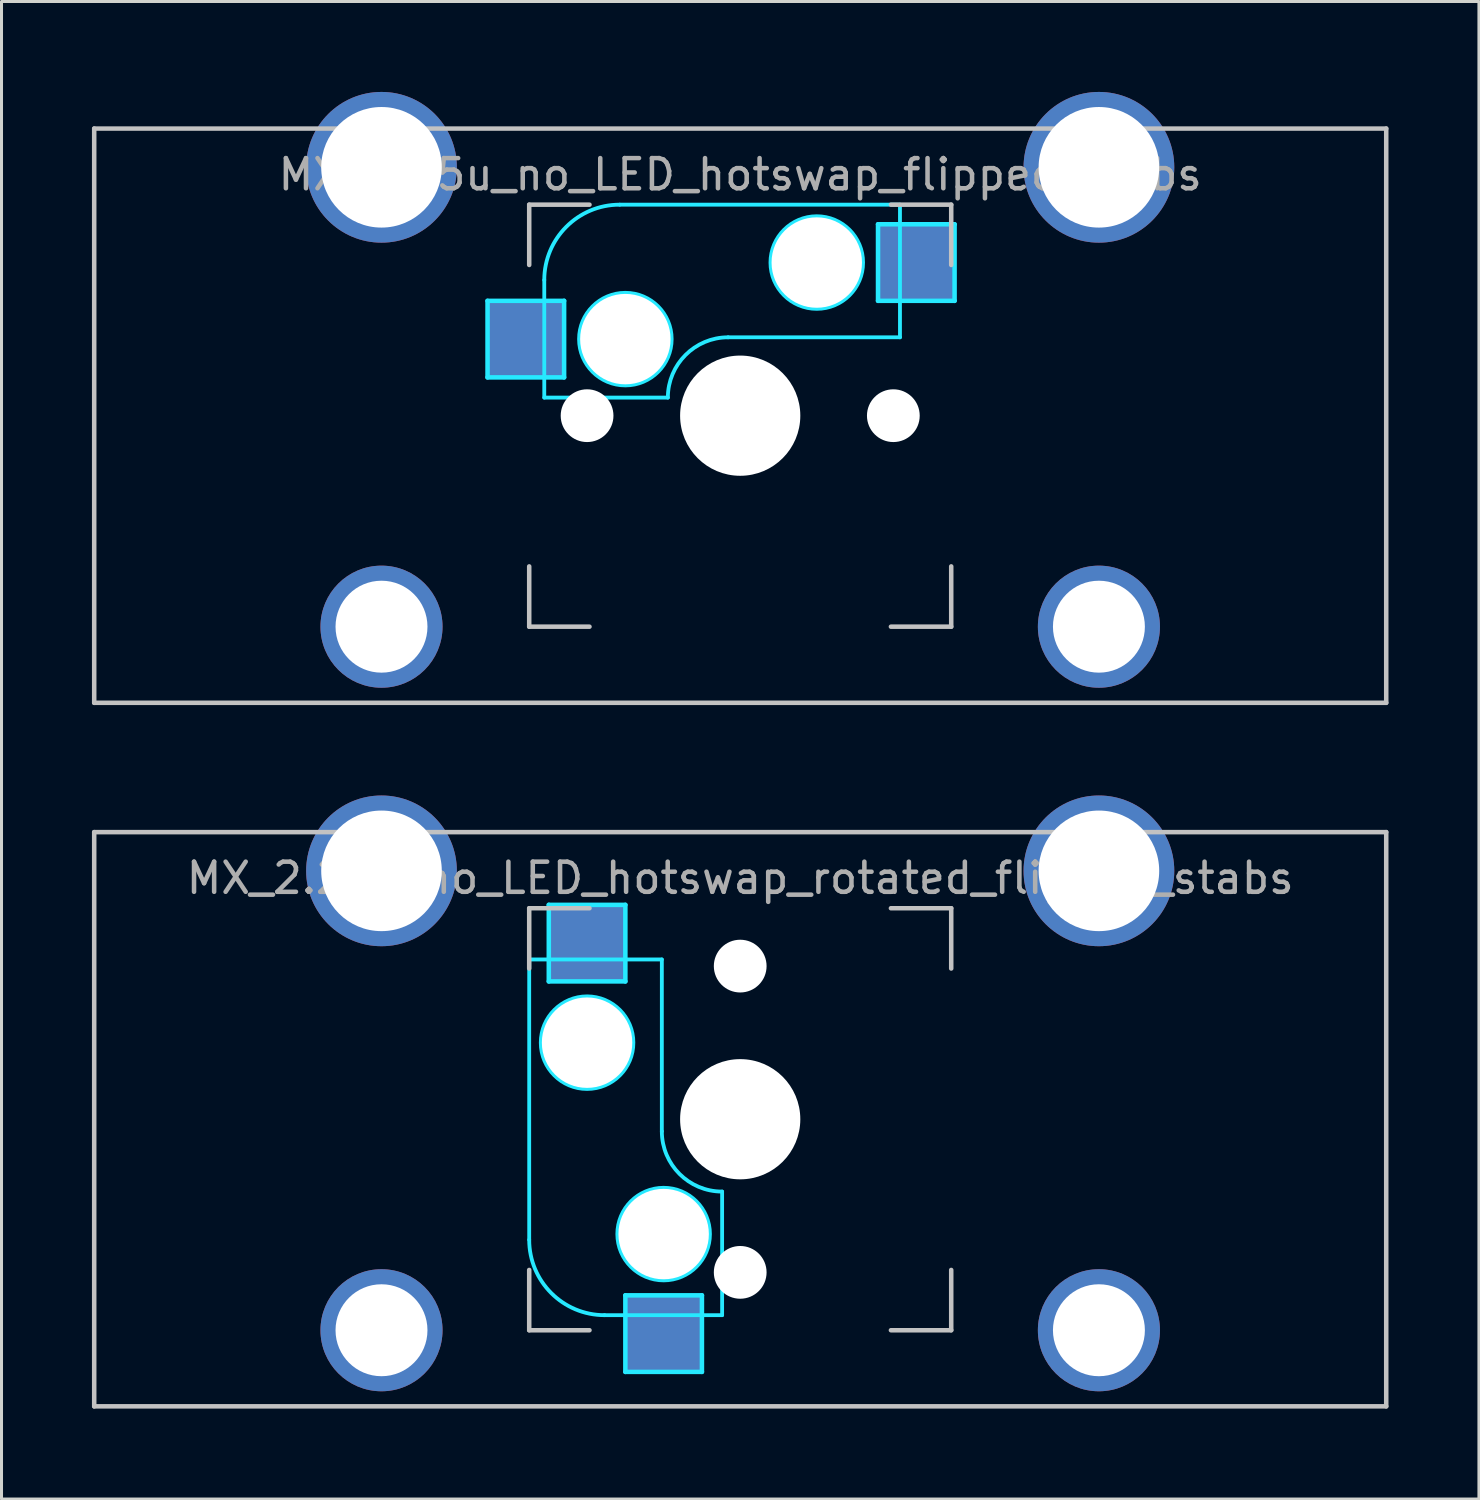
<source format=kicad_pcb>
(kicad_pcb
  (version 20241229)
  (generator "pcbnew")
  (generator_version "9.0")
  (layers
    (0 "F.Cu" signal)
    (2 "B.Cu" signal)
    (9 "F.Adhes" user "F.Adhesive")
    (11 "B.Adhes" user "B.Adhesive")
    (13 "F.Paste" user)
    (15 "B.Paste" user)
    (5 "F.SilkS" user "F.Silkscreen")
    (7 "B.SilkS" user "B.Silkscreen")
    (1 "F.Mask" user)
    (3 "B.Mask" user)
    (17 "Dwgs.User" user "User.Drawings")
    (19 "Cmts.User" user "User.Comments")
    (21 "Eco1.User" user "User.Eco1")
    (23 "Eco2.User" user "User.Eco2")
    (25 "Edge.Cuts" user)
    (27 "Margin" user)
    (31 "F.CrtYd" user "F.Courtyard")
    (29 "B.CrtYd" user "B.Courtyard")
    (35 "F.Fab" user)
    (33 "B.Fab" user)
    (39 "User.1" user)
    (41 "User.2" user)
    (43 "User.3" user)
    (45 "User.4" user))
  (footprint "MX_2.25u_no_LED_hotswap_rotated_flipped_stabs"
    (layer "F.Cu")
    (at 21.506 34.08)
    (property "Reference" "MX_2.25u_no_LED_hotswap_rotated_flipped_stabs" (at 0 -8 0) (layer "F.Fab") (effects (font (size 1 1) (thickness 0.15))))
    (attr through_hole)
    (fp_line (start -21.431 -9.525) (end 21.431 -9.525) (stroke (width 0.15) (type solid)) (layer "Dwgs.User"))
    (fp_line (start -21.431 9.525) (end -21.431 -9.525) (stroke (width 0.15) (type solid)) (layer "Dwgs.User"))
    (fp_line (start -7 -7) (end -5 -7) (stroke (width 0.15) (type solid)) (layer "Dwgs.User"))
    (fp_line (start -7 -5) (end -7 -7) (stroke (width 0.15) (type solid)) (layer "Dwgs.User"))
    (fp_line (start -7 5) (end -7 7) (stroke (width 0.15) (type solid)) (layer "Dwgs.User"))
    (fp_line (start -7 7) (end -5 7) (stroke (width 0.15) (type solid)) (layer "Dwgs.User"))
    (fp_line (start 5 7) (end 7 7) (stroke (width 0.15) (type solid)) (layer "Dwgs.User"))
    (fp_line (start 7 -7) (end 5 -7) (stroke (width 0.15) (type solid)) (layer "Dwgs.User"))
    (fp_line (start 7 -5) (end 7 -7) (stroke (width 0.15) (type solid)) (layer "Dwgs.User"))
    (fp_line (start 7 7) (end 7 5) (stroke (width 0.15) (type solid)) (layer "Dwgs.User"))
    (fp_line (start 21.431 -9.525) (end 21.431 9.525) (stroke (width 0.15) (type solid)) (layer "Dwgs.User"))
    (fp_line (start 21.431 9.525) (end -21.431 9.525) (stroke (width 0.15) (type solid)) (layer "Dwgs.User"))
    (fp_line (start -7 -5.3) (end -7 4) (stroke (width 0.127) (type solid)) (layer "B.CrtYd"))
    (fp_line (start -7 -5.3) (end -2.6 -5.3) (stroke (width 0.127) (type solid)) (layer "B.CrtYd"))
    (fp_line (start -6.35 -7.112) (end -3.81 -7.112) (stroke (width 0.15) (type solid)) (layer "B.CrtYd"))
    (fp_line (start -6.35 -4.572) (end -6.35 -7.112) (stroke (width 0.15) (type solid)) (layer "B.CrtYd"))
    (fp_line (start -4.5 6.5) (end -0.6 6.5) (stroke (width 0.127) (type solid)) (layer "B.CrtYd"))
    (fp_line (start -3.81 -7.112) (end -3.81 -4.572) (stroke (width 0.15) (type solid)) (layer "B.CrtYd"))
    (fp_line (start -3.81 -4.572) (end -6.35 -4.572) (stroke (width 0.15) (type solid)) (layer "B.CrtYd"))
    (fp_line (start -3.81 5.842) (end -3.81 8.382) (stroke (width 0.15) (type solid)) (layer "B.CrtYd"))
    (fp_line (start -3.81 8.382) (end -1.27 8.382) (stroke (width 0.15) (type solid)) (layer "B.CrtYd"))
    (fp_line (start -2.6 0.4) (end -2.6 -5.3) (stroke (width 0.127) (type solid)) (layer "B.CrtYd"))
    (fp_line (start -1.27 5.842) (end -3.81 5.842) (stroke (width 0.15) (type solid)) (layer "B.CrtYd"))
    (fp_line (start -1.27 8.382) (end -1.27 5.842) (stroke (width 0.15) (type solid)) (layer "B.CrtYd"))
    (fp_line (start -0.6 6.5) (end -0.6 2.4) (stroke (width 0.127) (type solid)) (layer "B.CrtYd"))
    (fp_arc (start -4.5 6.5) (mid -6.267767 5.767767) (end -7 4) (stroke (width 0.127) (type solid)) (layer "B.CrtYd"))
    (fp_arc (start -0.6 2.4) (mid -2.014214 1.814214) (end -2.6 0.4) (stroke (width 0.127) (type solid)) (layer "B.CrtYd"))
    (fp_circle (center -5.08 -2.54) (end -6.604 -2.54) (stroke (width 0.15) (type solid)) (fill no) (layer "B.CrtYd"))
    (fp_circle (center -2.54 3.81) (end -4.064 3.81) (stroke (width 0.15) (type solid)) (fill no) (layer "B.CrtYd"))
    (pad "" np_thru_hole circle (at -11.9 -8.24 180) (size 5 5) (drill 4) (layers "*.Cu" "B.Mask"))
    (pad "" np_thru_hole circle (at -11.9 7 180) (size 4.05 4.05) (drill 3.05) (layers "*.Cu" "B.Mask"))
    (pad "" np_thru_hole circle (at -5.08 -2.54 90) (size 3 3) (drill 3) (layers "*.Cu" "*.Mask"))
    (pad "" np_thru_hole circle (at -2.54 3.81 90) (size 3 3) (drill 3) (layers "*.Cu" "*.Mask"))
    (pad "" np_thru_hole circle (at 0 -5.08 138.1) (size 1.75 1.75) (drill 1.75) (layers "*.Cu" "*.Mask"))
    (pad "" np_thru_hole circle (at 0 0 180) (size 3.988 3.988) (drill 3.988) (layers "*.Cu" "*.Mask"))
    (pad "" np_thru_hole circle (at 0 5.08 138.1) (size 1.75 1.75) (drill 1.75) (layers "*.Cu" "*.Mask"))
    (pad "" np_thru_hole circle (at 11.9 -8.24 180) (size 5 5) (drill 4) (layers "*.Cu" "B.Mask"))
    (pad "" np_thru_hole circle (at 11.9 7 180) (size 4.05 4.05) (drill 3.05) (layers "*.Cu" "B.Mask"))
    (pad "1" smd rect (at -2.54 7.085 90) (size 2.55 2.5) (layers "B.Cu" "B.Mask"))
    (pad "2" smd rect (at -5.08 -5.842 90) (size 2.55 2.5) (layers "B.Cu" "B.Mask")))
  (footprint "MX_2.25u_no_LED_hotswap_flipped_stabs"
    (layer "F.Cu")
    (at 21.506 10.74)
    (property "Reference" "MX_2.25u_no_LED_hotswap_flipped_stabs" (at 0 -8 0) (layer "F.Fab") (effects (font (size 1 1) (thickness 0.15))))
    (attr through_hole)
    (fp_line (start -21.431 -9.525) (end 21.431 -9.525) (stroke (width 0.15) (type solid)) (layer "Dwgs.User"))
    (fp_line (start -21.431 9.525) (end -21.431 -9.525) (stroke (width 0.15) (type solid)) (layer "Dwgs.User"))
    (fp_line (start -7 -7) (end -7 -5) (stroke (width 0.15) (type solid)) (layer "Dwgs.User"))
    (fp_line (start -7 5) (end -7 7) (stroke (width 0.15) (type solid)) (layer "Dwgs.User"))
    (fp_line (start -7 7) (end -5 7) (stroke (width 0.15) (type solid)) (layer "Dwgs.User"))
    (fp_line (start -5 -7) (end -7 -7) (stroke (width 0.15) (type solid)) (layer "Dwgs.User"))
    (fp_line (start 5 -7) (end 7 -7) (stroke (width 0.15) (type solid)) (layer "Dwgs.User"))
    (fp_line (start 5 7) (end 7 7) (stroke (width 0.15) (type solid)) (layer "Dwgs.User"))
    (fp_line (start 7 -7) (end 7 -5) (stroke (width 0.15) (type solid)) (layer "Dwgs.User"))
    (fp_line (start 7 7) (end 7 5) (stroke (width 0.15) (type solid)) (layer "Dwgs.User"))
    (fp_line (start 21.431 -9.525) (end 21.431 9.525) (stroke (width 0.15) (type solid)) (layer "Dwgs.User"))
    (fp_line (start 21.431 9.525) (end -21.431 9.525) (stroke (width 0.15) (type solid)) (layer "Dwgs.User"))
    (fp_line (start -8.382 -3.81) (end -8.382 -1.27) (stroke (width 0.15) (type solid)) (layer "B.CrtYd"))
    (fp_line (start -8.382 -1.27) (end -5.842 -1.27) (stroke (width 0.15) (type solid)) (layer "B.CrtYd"))
    (fp_line (start -6.5 -4.5) (end -6.5 -0.6) (stroke (width 0.127) (type solid)) (layer "B.CrtYd"))
    (fp_line (start -6.5 -0.6) (end -2.4 -0.6) (stroke (width 0.127) (type solid)) (layer "B.CrtYd"))
    (fp_line (start -5.842 -3.81) (end -8.382 -3.81) (stroke (width 0.15) (type solid)) (layer "B.CrtYd"))
    (fp_line (start -5.842 -1.27) (end -5.842 -3.81) (stroke (width 0.15) (type solid)) (layer "B.CrtYd"))
    (fp_line (start -0.4 -2.6) (end 5.3 -2.6) (stroke (width 0.127) (type solid)) (layer "B.CrtYd"))
    (fp_line (start 4.572 -6.35) (end 7.112 -6.35) (stroke (width 0.15) (type solid)) (layer "B.CrtYd"))
    (fp_line (start 4.572 -3.81) (end 4.572 -6.35) (stroke (width 0.15) (type solid)) (layer "B.CrtYd"))
    (fp_line (start 5.3 -7) (end -4 -7) (stroke (width 0.127) (type solid)) (layer "B.CrtYd"))
    (fp_line (start 5.3 -7) (end 5.3 -2.6) (stroke (width 0.127) (type solid)) (layer "B.CrtYd"))
    (fp_line (start 7.112 -6.35) (end 7.112 -3.81) (stroke (width 0.15) (type solid)) (layer "B.CrtYd"))
    (fp_line (start 7.112 -3.81) (end 4.572 -3.81) (stroke (width 0.15) (type solid)) (layer "B.CrtYd"))
    (fp_arc (start -6.5 -4.5) (mid -5.767767 -6.267767) (end -4 -7) (stroke (width 0.127) (type solid)) (layer "B.CrtYd"))
    (fp_arc (start -2.4 -0.6) (mid -1.814214 -2.014214) (end -0.4 -2.6) (stroke (width 0.127) (type solid)) (layer "B.CrtYd"))
    (fp_circle (center -3.81 -2.54) (end -3.81 -4.064) (stroke (width 0.15) (type solid)) (fill no) (layer "B.CrtYd"))
    (fp_circle (center 2.54 -5.08) (end 2.54 -6.604) (stroke (width 0.15) (type solid)) (fill no) (layer "B.CrtYd"))
    (fp_text user "2.25u" (at 0 4.763 0) (layer "F.Mask") (effects (font (size 1 1) (thickness 0.15))))
    (pad "" np_thru_hole circle (at -11.9 -8.24 180) (size 5 5) (drill 4) (layers "*.Cu" "B.Mask"))
    (pad "" np_thru_hole circle (at -11.9 7 180) (size 4.05 4.05) (drill 3.05) (layers "*.Cu" "B.Mask"))
    (pad "" np_thru_hole circle (at -5.08 0 48.1) (size 1.75 1.75) (drill 1.75) (layers "*.Cu" "*.Mask"))
    (pad "" np_thru_hole circle (at -3.81 -2.54) (size 3 3) (drill 3) (layers "*.Cu" "*.Mask"))
    (pad "" np_thru_hole circle (at 0 0) (size 3.988 3.988) (drill 3.988) (layers "*.Cu" "*.Mask"))
    (pad "" np_thru_hole circle (at 2.54 -5.08) (size 3 3) (drill 3) (layers "*.Cu" "*.Mask"))
    (pad "" np_thru_hole circle (at 5.08 0 48.1) (size 1.75 1.75) (drill 1.75) (layers "*.Cu" "*.Mask"))
    (pad "" np_thru_hole circle (at 11.9 -8.24 270) (size 5 5) (drill 4) (layers "*.Cu" "B.Mask"))
    (pad "" np_thru_hole circle (at 11.9 7 180) (size 4.05 4.05) (drill 3.05) (layers "*.Cu" "B.Mask"))
    (pad "1" smd rect (at 5.842 -5.08) (size 2.55 2.5) (layers "B.Cu" "B.Mask"))
    (pad "2" smd rect (at -7.085 -2.54) (size 2.55 2.5) (layers "B.Cu" "B.Mask")))
  (gr_rect
    (start -3 -3)
    (end 46.013 46.68)
    (stroke (width 0.1) (type default))
    (fill no)
    (layer "Edge.Cuts")))
</source>
